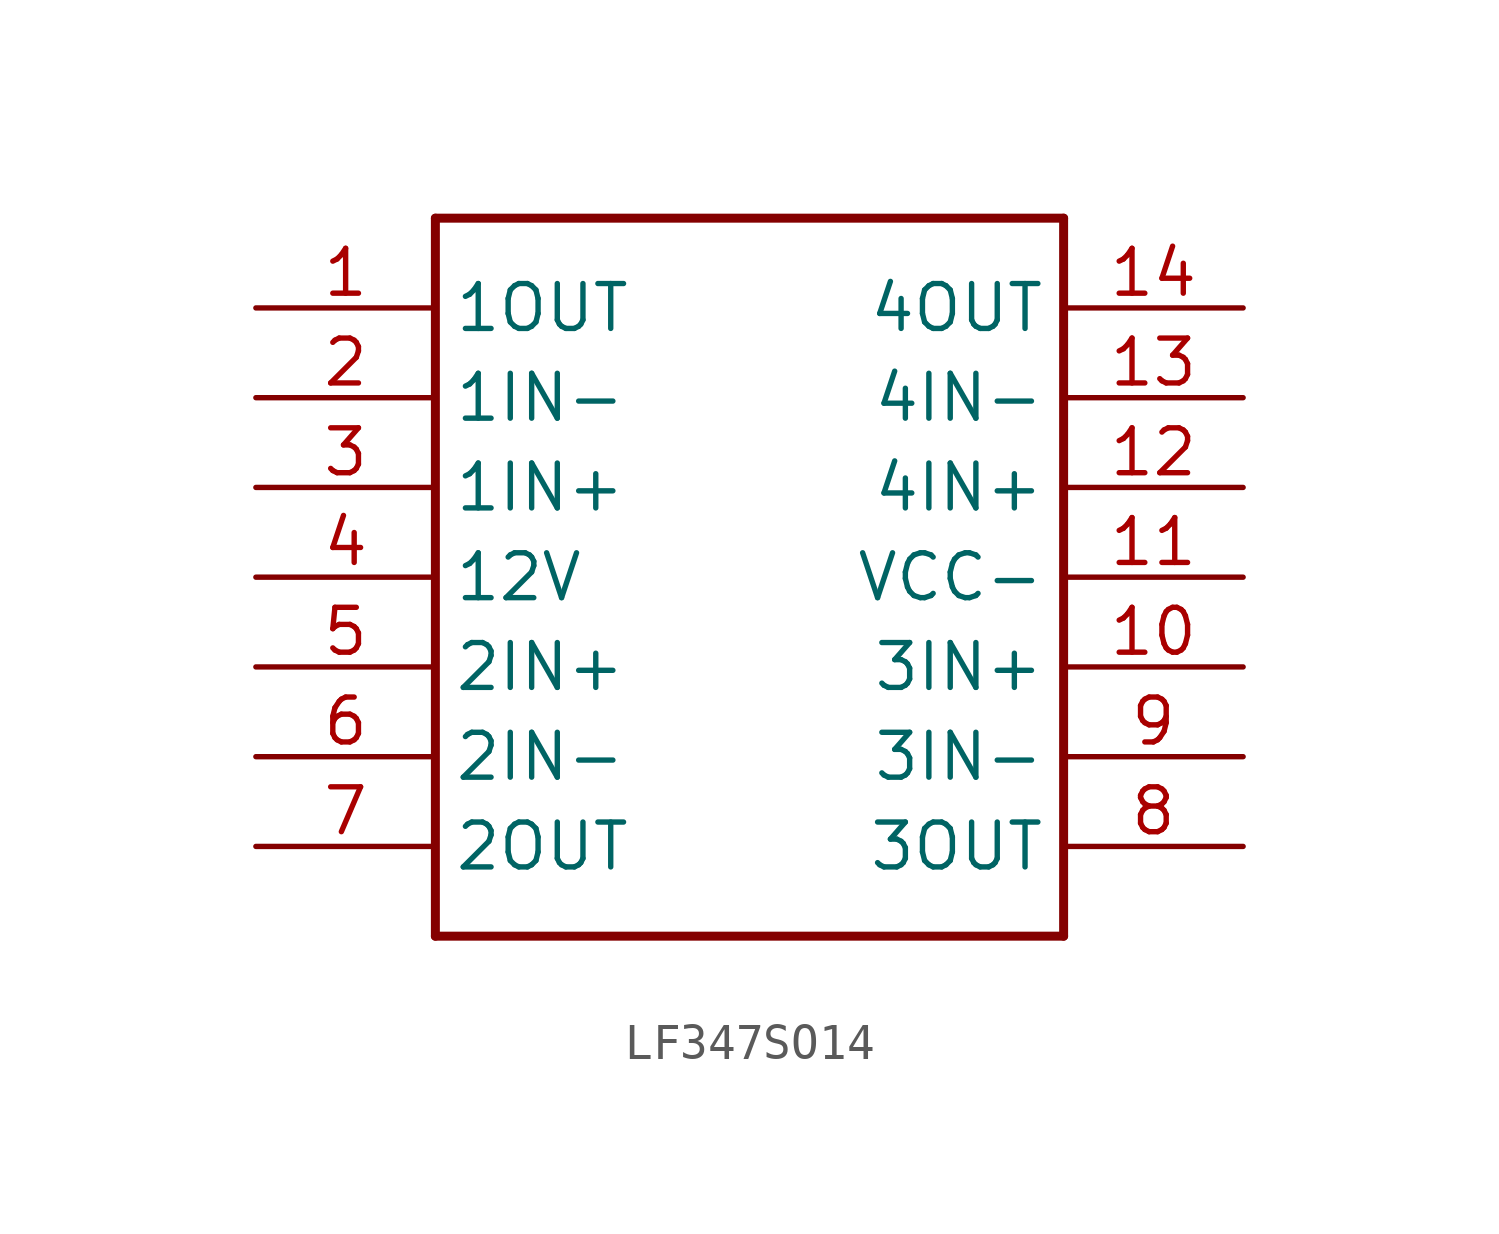
<source format=kicad_sym>
(kicad_symbol_lib
  (version 20211014)
  (generator kicad_symbol_editor)
  (symbol "LF347SO14"
    (property "Reference" ""
      (at 0 0 0)
      (effects (font (size 1.27 1.27)) hide))
    (property "ki_locked" ""
      (at 0 0 0)
      (effects (font (size 1.27 1.27))))
    (symbol "LF347SO14_1_0"
      (polyline (pts (xy -10.16 -2.54) (xy -10.16 17.78)) (stroke (width 0.254) (type default) (color 0 0 0 0)) (fill (type none)))
      (polyline (pts (xy -10.16 17.78) (xy 7.62 17.78)) (stroke (width 0.254) (type default) (color 0 0 0 0)) (fill (type none)))
      (polyline (pts (xy 7.62 -2.54) (xy -10.16 -2.54)) (stroke (width 0.254) (type default) (color 0 0 0 0)) (fill (type none)))
      (polyline (pts (xy 7.62 17.78) (xy 7.62 -2.54)) (stroke (width 0.254) (type default) (color 0 0 0 0)) (fill (type none)))
      (pin bidirectional line (at -15.24 15.24 0) (length 5.08) (name "1OUT" (effects (font (size 1.27 1.27)))) (number "1" (effects (font (size 1.27 1.27)))))
      (pin bidirectional line (at 12.7 5.08 180) (length 5.08) (name "3IN+" (effects (font (size 1.27 1.27)))) (number "10" (effects (font (size 1.27 1.27)))))
      (pin bidirectional line (at 12.7 7.62 180) (length 5.08) (name "VCC-" (effects (font (size 1.27 1.27)))) (number "11" (effects (font (size 1.27 1.27)))))
      (pin bidirectional line (at 12.7 10.16 180) (length 5.08) (name "4IN+" (effects (font (size 1.27 1.27)))) (number "12" (effects (font (size 1.27 1.27)))))
      (pin bidirectional line (at 12.7 12.7 180) (length 5.08) (name "4IN-" (effects (font (size 1.27 1.27)))) (number "13" (effects (font (size 1.27 1.27)))))
      (pin bidirectional line (at 12.7 15.24 180) (length 5.08) (name "4OUT" (effects (font (size 1.27 1.27)))) (number "14" (effects (font (size 1.27 1.27)))))
      (pin bidirectional line (at -15.24 12.7 0) (length 5.08) (name "1IN-" (effects (font (size 1.27 1.27)))) (number "2" (effects (font (size 1.27 1.27)))))
      (pin bidirectional line (at -15.24 10.16 0) (length 5.08) (name "1IN+" (effects (font (size 1.27 1.27)))) (number "3" (effects (font (size 1.27 1.27)))))
      (pin bidirectional line (at -15.24 7.62 0) (length 5.08) (name "12V" (effects (font (size 1.27 1.27)))) (number "4" (effects (font (size 1.27 1.27)))))
      (pin bidirectional line (at -15.24 5.08 0) (length 5.08) (name "2IN+" (effects (font (size 1.27 1.27)))) (number "5" (effects (font (size 1.27 1.27)))))
      (pin bidirectional line (at -15.24 2.54 0) (length 5.08) (name "2IN-" (effects (font (size 1.27 1.27)))) (number "6" (effects (font (size 1.27 1.27)))))
      (pin bidirectional line (at -15.24 0 0) (length 5.08) (name "2OUT" (effects (font (size 1.27 1.27)))) (number "7" (effects (font (size 1.27 1.27)))))
      (pin bidirectional line (at 12.7 0 180) (length 5.08) (name "3OUT" (effects (font (size 1.27 1.27)))) (number "8" (effects (font (size 1.27 1.27)))))
      (pin bidirectional line (at 12.7 2.54 180) (length 5.08) (name "3IN-" (effects (font (size 1.27 1.27)))) (number "9" (effects (font (size 1.27 1.27))))))))
</source>
